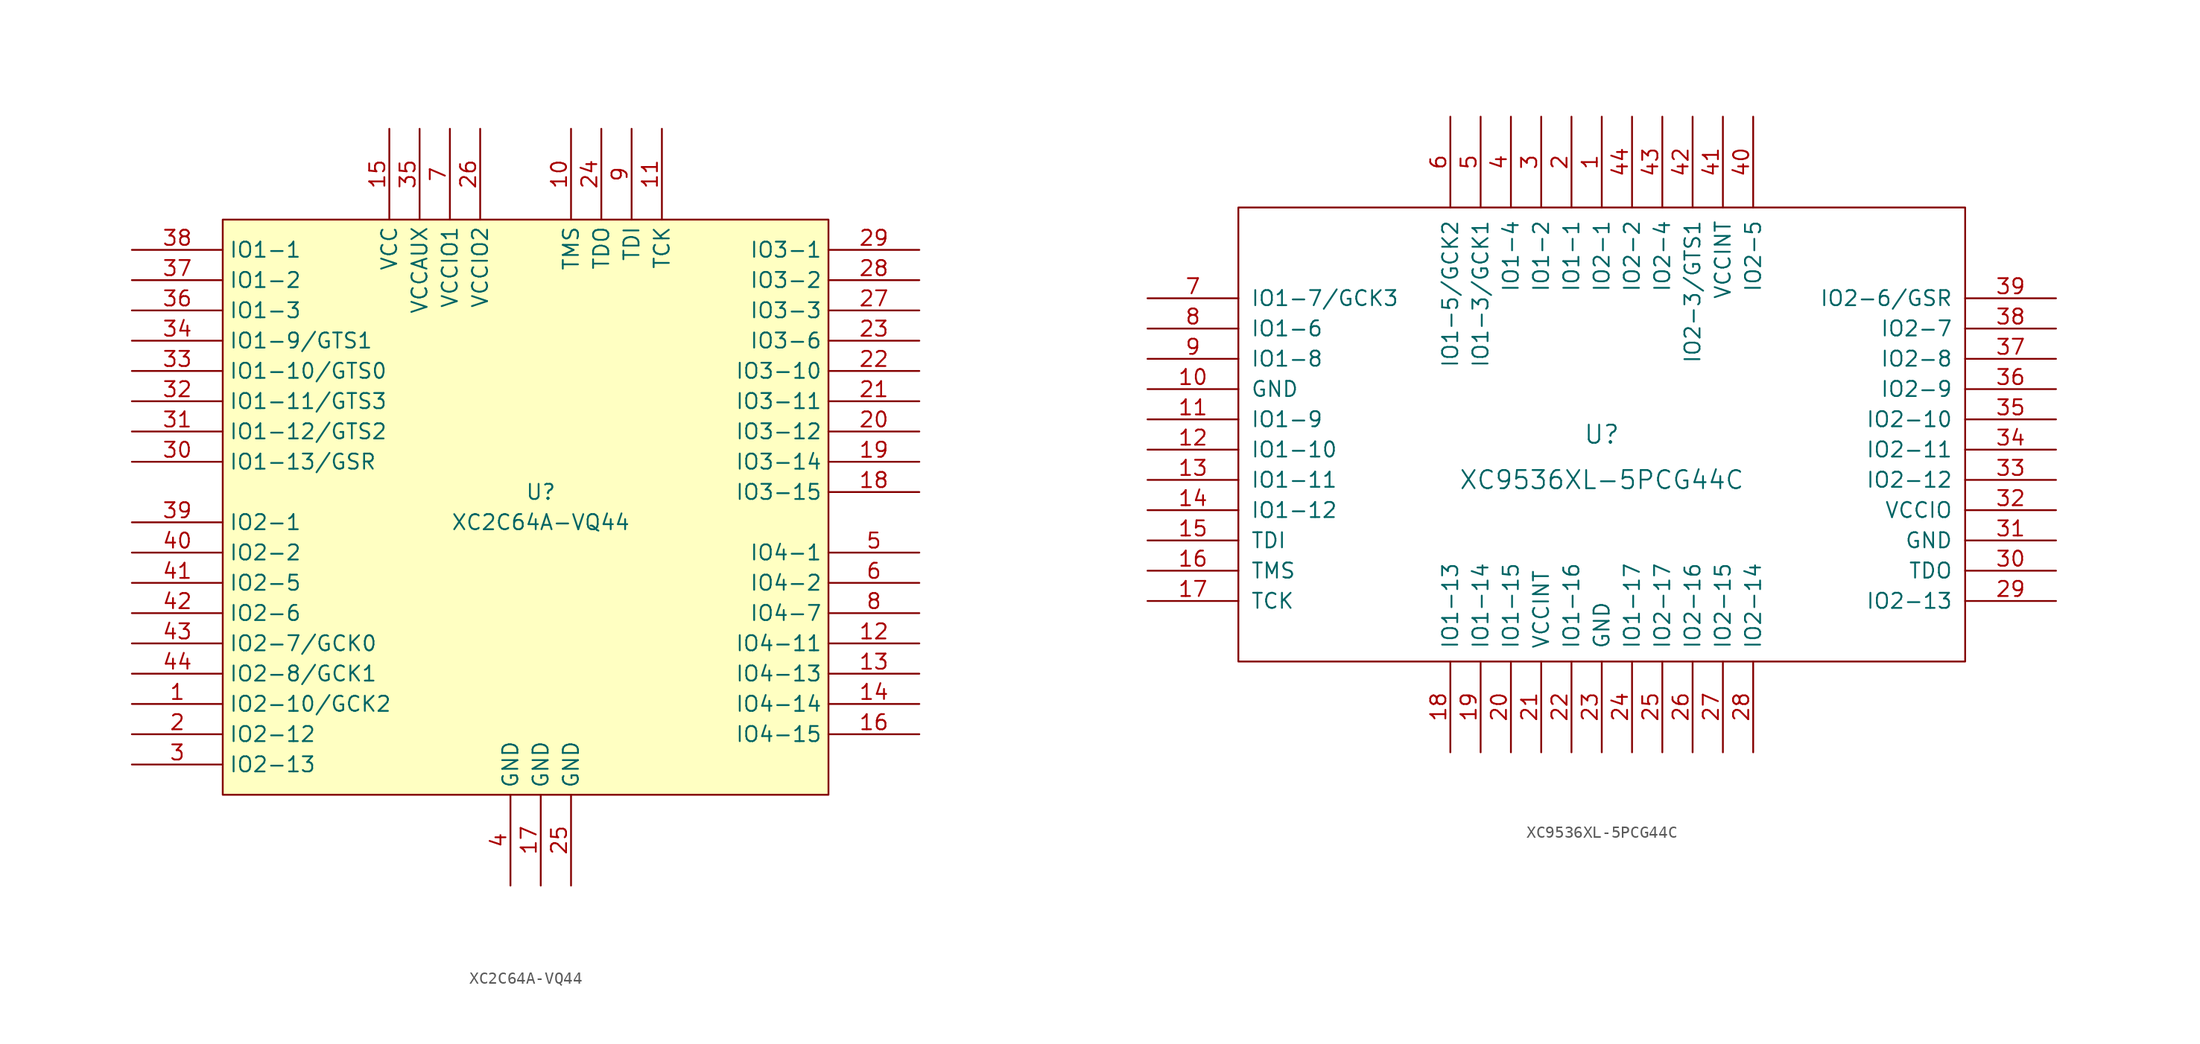
<source format=kicad_sym>
(kicad_symbol_lib
  (version 20211014)
  (generator kicad_symbol_editor)
  (symbol "XC2C64A-VQ44"
    (property "Reference" "U"
      (at 0 2.54 0)
      (effects (font (size 1.27 1.27))))
    (property "Value" "XC2C64A-VQ44"
      (at 0 0 0)
      (effects (font (size 1.27 1.27))))
    (symbol "XC2C64A-VQ44_0_1"
      (rectangle (start -26.67 25.4) (end 24.13 -22.86) (stroke (width 0) (type default) (color 0 0 0 0)) (fill (type background))))
    (symbol "XC2C64A-VQ44_1_1"
      (pin tri_state line (at -34.29 -15.24 0) (length 7.62) (name "IO2-10/GCK2" (effects (font (size 1.27 1.27)))) (number "1" (effects (font (size 1.27 1.27)))))
      (pin input line (at 2.54 33.02 270) (length 7.62) (name "TMS" (effects (font (size 1.27 1.27)))) (number "10" (effects (font (size 1.27 1.27)))))
      (pin input line (at 10.16 33.02 270) (length 7.62) (name "TCK" (effects (font (size 1.27 1.27)))) (number "11" (effects (font (size 1.27 1.27)))))
      (pin tri_state line (at 31.75 -10.16 180) (length 7.62) (name "IO4-11" (effects (font (size 1.27 1.27)))) (number "12" (effects (font (size 1.27 1.27)))))
      (pin tri_state line (at 31.75 -12.7 180) (length 7.62) (name "IO4-13" (effects (font (size 1.27 1.27)))) (number "13" (effects (font (size 1.27 1.27)))))
      (pin tri_state line (at 31.75 -15.24 180) (length 7.62) (name "IO4-14" (effects (font (size 1.27 1.27)))) (number "14" (effects (font (size 1.27 1.27)))))
      (pin power_in line (at -12.7 33.02 270) (length 7.62) (name "VCC" (effects (font (size 1.27 1.27)))) (number "15" (effects (font (size 1.27 1.27)))))
      (pin tri_state line (at 31.75 -17.78 180) (length 7.62) (name "IO4-15" (effects (font (size 1.27 1.27)))) (number "16" (effects (font (size 1.27 1.27)))))
      (pin power_in line (at 0 -30.48 90) (length 7.62) (name "GND" (effects (font (size 1.27 1.27)))) (number "17" (effects (font (size 1.27 1.27)))))
      (pin tri_state line (at 31.75 2.54 180) (length 7.62) (name "IO3-15" (effects (font (size 1.27 1.27)))) (number "18" (effects (font (size 1.27 1.27)))))
      (pin tri_state line (at 31.75 5.08 180) (length 7.62) (name "IO3-14" (effects (font (size 1.27 1.27)))) (number "19" (effects (font (size 1.27 1.27)))))
      (pin tri_state line (at -34.29 -17.78 0) (length 7.62) (name "IO2-12" (effects (font (size 1.27 1.27)))) (number "2" (effects (font (size 1.27 1.27)))))
      (pin tri_state line (at 31.75 7.62 180) (length 7.62) (name "IO3-12" (effects (font (size 1.27 1.27)))) (number "20" (effects (font (size 1.27 1.27)))))
      (pin tri_state line (at 31.75 10.16 180) (length 7.62) (name "IO3-11" (effects (font (size 1.27 1.27)))) (number "21" (effects (font (size 1.27 1.27)))))
      (pin tri_state line (at 31.75 12.7 180) (length 7.62) (name "IO3-10" (effects (font (size 1.27 1.27)))) (number "22" (effects (font (size 1.27 1.27)))))
      (pin tri_state line (at 31.75 15.24 180) (length 7.62) (name "IO3-6" (effects (font (size 1.27 1.27)))) (number "23" (effects (font (size 1.27 1.27)))))
      (pin output line (at 5.08 33.02 270) (length 7.62) (name "TDO" (effects (font (size 1.27 1.27)))) (number "24" (effects (font (size 1.27 1.27)))))
      (pin power_in line (at 2.54 -30.48 90) (length 7.62) (name "GND" (effects (font (size 1.27 1.27)))) (number "25" (effects (font (size 1.27 1.27)))))
      (pin power_in line (at -5.08 33.02 270) (length 7.62) (name "VCCIO2" (effects (font (size 1.27 1.27)))) (number "26" (effects (font (size 1.27 1.27)))))
      (pin tri_state line (at 31.75 17.78 180) (length 7.62) (name "IO3-3" (effects (font (size 1.27 1.27)))) (number "27" (effects (font (size 1.27 1.27)))))
      (pin tri_state line (at 31.75 20.32 180) (length 7.62) (name "IO3-2" (effects (font (size 1.27 1.27)))) (number "28" (effects (font (size 1.27 1.27)))))
      (pin tri_state line (at 31.75 22.86 180) (length 7.62) (name "IO3-1" (effects (font (size 1.27 1.27)))) (number "29" (effects (font (size 1.27 1.27)))))
      (pin tri_state line (at -34.29 -20.32 0) (length 7.62) (name "IO2-13" (effects (font (size 1.27 1.27)))) (number "3" (effects (font (size 1.27 1.27)))))
      (pin tri_state line (at -34.29 5.08 0) (length 7.62) (name "IO1-13/GSR" (effects (font (size 1.27 1.27)))) (number "30" (effects (font (size 1.27 1.27)))))
      (pin tri_state line (at -34.29 7.62 0) (length 7.62) (name "IO1-12/GTS2" (effects (font (size 1.27 1.27)))) (number "31" (effects (font (size 1.27 1.27)))))
      (pin tri_state line (at -34.29 10.16 0) (length 7.62) (name "IO1-11/GTS3" (effects (font (size 1.27 1.27)))) (number "32" (effects (font (size 1.27 1.27)))))
      (pin tri_state line (at -34.29 12.7 0) (length 7.62) (name "IO1-10/GTS0" (effects (font (size 1.27 1.27)))) (number "33" (effects (font (size 1.27 1.27)))))
      (pin tri_state line (at -34.29 15.24 0) (length 7.62) (name "IO1-9/GTS1" (effects (font (size 1.27 1.27)))) (number "34" (effects (font (size 1.27 1.27)))))
      (pin power_in line (at -10.16 33.02 270) (length 7.62) (name "VCCAUX" (effects (font (size 1.27 1.27)))) (number "35" (effects (font (size 1.27 1.27)))))
      (pin tri_state line (at -34.29 17.78 0) (length 7.62) (name "IO1-3" (effects (font (size 1.27 1.27)))) (number "36" (effects (font (size 1.27 1.27)))))
      (pin tri_state line (at -34.29 20.32 0) (length 7.62) (name "IO1-2" (effects (font (size 1.27 1.27)))) (number "37" (effects (font (size 1.27 1.27)))))
      (pin tri_state line (at -34.29 22.86 0) (length 7.62) (name "IO1-1" (effects (font (size 1.27 1.27)))) (number "38" (effects (font (size 1.27 1.27)))))
      (pin tri_state line (at -34.29 0 0) (length 7.62) (name "IO2-1" (effects (font (size 1.27 1.27)))) (number "39" (effects (font (size 1.27 1.27)))))
      (pin power_in line (at -2.54 -30.48 90) (length 7.62) (name "GND" (effects (font (size 1.27 1.27)))) (number "4" (effects (font (size 1.27 1.27)))))
      (pin tri_state line (at -34.29 -2.54 0) (length 7.62) (name "IO2-2" (effects (font (size 1.27 1.27)))) (number "40" (effects (font (size 1.27 1.27)))))
      (pin tri_state line (at -34.29 -5.08 0) (length 7.62) (name "IO2-5" (effects (font (size 1.27 1.27)))) (number "41" (effects (font (size 1.27 1.27)))))
      (pin tri_state line (at -34.29 -7.62 0) (length 7.62) (name "IO2-6" (effects (font (size 1.27 1.27)))) (number "42" (effects (font (size 1.27 1.27)))))
      (pin tri_state line (at -34.29 -10.16 0) (length 7.62) (name "IO2-7/GCK0" (effects (font (size 1.27 1.27)))) (number "43" (effects (font (size 1.27 1.27)))))
      (pin tri_state line (at -34.29 -12.7 0) (length 7.62) (name "IO2-8/GCK1" (effects (font (size 1.27 1.27)))) (number "44" (effects (font (size 1.27 1.27)))))
      (pin tri_state line (at 31.75 -2.54 180) (length 7.62) (name "IO4-1" (effects (font (size 1.27 1.27)))) (number "5" (effects (font (size 1.27 1.27)))))
      (pin tri_state line (at 31.75 -5.08 180) (length 7.62) (name "IO4-2" (effects (font (size 1.27 1.27)))) (number "6" (effects (font (size 1.27 1.27)))))
      (pin power_in line (at -7.62 33.02 270) (length 7.62) (name "VCCIO1" (effects (font (size 1.27 1.27)))) (number "7" (effects (font (size 1.27 1.27)))))
      (pin tri_state line (at 31.75 -7.62 180) (length 7.62) (name "IO4-7" (effects (font (size 1.27 1.27)))) (number "8" (effects (font (size 1.27 1.27)))))
      (pin input line (at 7.62 33.02 270) (length 7.62) (name "TDI" (effects (font (size 1.27 1.27)))) (number "9" (effects (font (size 1.27 1.27)))))))
  (symbol "XC9536XL-5PCG44C"
    (pin_names
      (offset 1.016))
    (property "Reference" "U"
      (at 0 1.27 0)
      (effects (font (size 1.524 1.524))))
    (property "Value" "XC9536XL-5PCG44C"
      (at 0 -2.54 0)
      (effects (font (size 1.524 1.524))))
    (property "Footprint" ""
      (at 0 1.27 0)
      (effects (font (size 1.524 1.524))))
    (property "Datasheet" ""
      (at 0 1.27 0)
      (effects (font (size 1.524 1.524))))
    (symbol "XC9536XL-5PCG44C_0_1"
      (rectangle (start -30.48 20.32) (end 30.48 -17.78) (stroke (width 0) (type default) (color 0 0 0 0)) (fill (type none))))
    (symbol "XC9536XL-5PCG44C_1_1"
      (pin tri_state line (at 0 27.94 270) (length 7.62) (name "IO2-1" (effects (font (size 1.27 1.27)))) (number "1" (effects (font (size 1.27 1.27)))))
      (pin passive line (at -38.1 5.08 0) (length 7.62) (name "GND" (effects (font (size 1.27 1.27)))) (number "10" (effects (font (size 1.27 1.27)))))
      (pin tri_state line (at -38.1 2.54 0) (length 7.62) (name "IO1-9" (effects (font (size 1.27 1.27)))) (number "11" (effects (font (size 1.27 1.27)))))
      (pin tri_state line (at -38.1 0 0) (length 7.62) (name "IO1-10" (effects (font (size 1.27 1.27)))) (number "12" (effects (font (size 1.27 1.27)))))
      (pin tri_state line (at -38.1 -2.54 0) (length 7.62) (name "IO1-11" (effects (font (size 1.27 1.27)))) (number "13" (effects (font (size 1.27 1.27)))))
      (pin tri_state line (at -38.1 -5.08 0) (length 7.62) (name "IO1-12" (effects (font (size 1.27 1.27)))) (number "14" (effects (font (size 1.27 1.27)))))
      (pin bidirectional line (at -38.1 -7.62 0) (length 7.62) (name "TDI" (effects (font (size 1.27 1.27)))) (number "15" (effects (font (size 1.27 1.27)))))
      (pin bidirectional line (at -38.1 -10.16 0) (length 7.62) (name "TMS" (effects (font (size 1.27 1.27)))) (number "16" (effects (font (size 1.27 1.27)))))
      (pin bidirectional line (at -38.1 -12.7 0) (length 7.62) (name "TCK" (effects (font (size 1.27 1.27)))) (number "17" (effects (font (size 1.27 1.27)))))
      (pin tri_state line (at -12.7 -25.4 90) (length 7.62) (name "IO1-13" (effects (font (size 1.27 1.27)))) (number "18" (effects (font (size 1.27 1.27)))))
      (pin tri_state line (at -10.16 -25.4 90) (length 7.62) (name "IO1-14" (effects (font (size 1.27 1.27)))) (number "19" (effects (font (size 1.27 1.27)))))
      (pin tri_state line (at -2.54 27.94 270) (length 7.62) (name "IO1-1" (effects (font (size 1.27 1.27)))) (number "2" (effects (font (size 1.27 1.27)))))
      (pin tri_state line (at -7.62 -25.4 90) (length 7.62) (name "IO1-15" (effects (font (size 1.27 1.27)))) (number "20" (effects (font (size 1.27 1.27)))))
      (pin power_in line (at -5.08 -25.4 90) (length 7.62) (name "VCCINT" (effects (font (size 1.27 1.27)))) (number "21" (effects (font (size 1.27 1.27)))))
      (pin tri_state line (at -2.54 -25.4 90) (length 7.62) (name "IO1-16" (effects (font (size 1.27 1.27)))) (number "22" (effects (font (size 1.27 1.27)))))
      (pin passive line (at 0 -25.4 90) (length 7.62) (name "GND" (effects (font (size 1.27 1.27)))) (number "23" (effects (font (size 1.27 1.27)))))
      (pin tri_state line (at 2.54 -25.4 90) (length 7.62) (name "IO1-17" (effects (font (size 1.27 1.27)))) (number "24" (effects (font (size 1.27 1.27)))))
      (pin tri_state line (at 5.08 -25.4 90) (length 7.62) (name "IO2-17" (effects (font (size 1.27 1.27)))) (number "25" (effects (font (size 1.27 1.27)))))
      (pin tri_state line (at 7.62 -25.4 90) (length 7.62) (name "IO2-16" (effects (font (size 1.27 1.27)))) (number "26" (effects (font (size 1.27 1.27)))))
      (pin tri_state line (at 10.16 -25.4 90) (length 7.62) (name "IO2-15" (effects (font (size 1.27 1.27)))) (number "27" (effects (font (size 1.27 1.27)))))
      (pin tri_state line (at 12.7 -25.4 90) (length 7.62) (name "IO2-14" (effects (font (size 1.27 1.27)))) (number "28" (effects (font (size 1.27 1.27)))))
      (pin tri_state line (at 38.1 -12.7 180) (length 7.62) (name "IO2-13" (effects (font (size 1.27 1.27)))) (number "29" (effects (font (size 1.27 1.27)))))
      (pin tri_state line (at -5.08 27.94 270) (length 7.62) (name "IO1-2" (effects (font (size 1.27 1.27)))) (number "3" (effects (font (size 1.27 1.27)))))
      (pin bidirectional line (at 38.1 -10.16 180) (length 7.62) (name "TDO" (effects (font (size 1.27 1.27)))) (number "30" (effects (font (size 1.27 1.27)))))
      (pin passive line (at 38.1 -7.62 180) (length 7.62) (name "GND" (effects (font (size 1.27 1.27)))) (number "31" (effects (font (size 1.27 1.27)))))
      (pin power_in line (at 38.1 -5.08 180) (length 7.62) (name "VCCIO" (effects (font (size 1.27 1.27)))) (number "32" (effects (font (size 1.27 1.27)))))
      (pin tri_state line (at 38.1 -2.54 180) (length 7.62) (name "IO2-12" (effects (font (size 1.27 1.27)))) (number "33" (effects (font (size 1.27 1.27)))))
      (pin tri_state line (at 38.1 0 180) (length 7.62) (name "IO2-11" (effects (font (size 1.27 1.27)))) (number "34" (effects (font (size 1.27 1.27)))))
      (pin tri_state line (at 38.1 2.54 180) (length 7.62) (name "IO2-10" (effects (font (size 1.27 1.27)))) (number "35" (effects (font (size 1.27 1.27)))))
      (pin tri_state line (at 38.1 5.08 180) (length 7.62) (name "IO2-9" (effects (font (size 1.27 1.27)))) (number "36" (effects (font (size 1.27 1.27)))))
      (pin tri_state line (at 38.1 7.62 180) (length 7.62) (name "IO2-8" (effects (font (size 1.27 1.27)))) (number "37" (effects (font (size 1.27 1.27)))))
      (pin tri_state line (at 38.1 10.16 180) (length 7.62) (name "IO2-7" (effects (font (size 1.27 1.27)))) (number "38" (effects (font (size 1.27 1.27)))))
      (pin tri_state line (at 38.1 12.7 180) (length 7.62) (name "IO2-6/GSR" (effects (font (size 1.27 1.27)))) (number "39" (effects (font (size 1.27 1.27)))))
      (pin tri_state line (at -7.62 27.94 270) (length 7.62) (name "IO1-4" (effects (font (size 1.27 1.27)))) (number "4" (effects (font (size 1.27 1.27)))))
      (pin tri_state line (at 12.7 27.94 270) (length 7.62) (name "IO2-5" (effects (font (size 1.27 1.27)))) (number "40" (effects (font (size 1.27 1.27)))))
      (pin power_in line (at 10.16 27.94 270) (length 7.62) (name "VCCINT" (effects (font (size 1.27 1.27)))) (number "41" (effects (font (size 1.27 1.27)))))
      (pin tri_state line (at 7.62 27.94 270) (length 7.62) (name "IO2-3/GTS1" (effects (font (size 1.27 1.27)))) (number "42" (effects (font (size 1.27 1.27)))))
      (pin tri_state line (at 5.08 27.94 270) (length 7.62) (name "IO2-4" (effects (font (size 1.27 1.27)))) (number "43" (effects (font (size 1.27 1.27)))))
      (pin tri_state line (at 2.54 27.94 270) (length 7.62) (name "IO2-2" (effects (font (size 1.27 1.27)))) (number "44" (effects (font (size 1.27 1.27)))))
      (pin tri_state line (at -10.16 27.94 270) (length 7.62) (name "IO1-3/GCK1" (effects (font (size 1.27 1.27)))) (number "5" (effects (font (size 1.27 1.27)))))
      (pin tri_state line (at -12.7 27.94 270) (length 7.62) (name "IO1-5/GCK2" (effects (font (size 1.27 1.27)))) (number "6" (effects (font (size 1.27 1.27)))))
      (pin tri_state line (at -38.1 12.7 0) (length 7.62) (name "IO1-7/GCK3" (effects (font (size 1.27 1.27)))) (number "7" (effects (font (size 1.27 1.27)))))
      (pin tri_state line (at -38.1 10.16 0) (length 7.62) (name "IO1-6" (effects (font (size 1.27 1.27)))) (number "8" (effects (font (size 1.27 1.27)))))
      (pin tri_state line (at -38.1 7.62 0) (length 7.62) (name "IO1-8" (effects (font (size 1.27 1.27)))) (number "9" (effects (font (size 1.27 1.27))))))))
</source>
